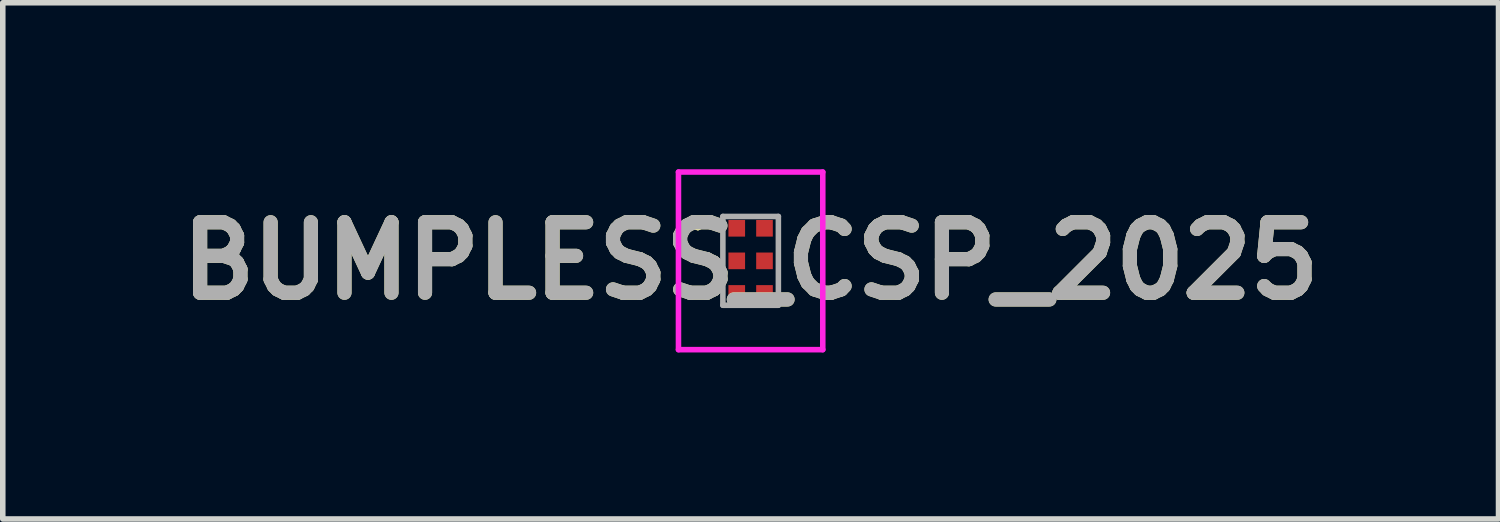
<source format=kicad_pcb>
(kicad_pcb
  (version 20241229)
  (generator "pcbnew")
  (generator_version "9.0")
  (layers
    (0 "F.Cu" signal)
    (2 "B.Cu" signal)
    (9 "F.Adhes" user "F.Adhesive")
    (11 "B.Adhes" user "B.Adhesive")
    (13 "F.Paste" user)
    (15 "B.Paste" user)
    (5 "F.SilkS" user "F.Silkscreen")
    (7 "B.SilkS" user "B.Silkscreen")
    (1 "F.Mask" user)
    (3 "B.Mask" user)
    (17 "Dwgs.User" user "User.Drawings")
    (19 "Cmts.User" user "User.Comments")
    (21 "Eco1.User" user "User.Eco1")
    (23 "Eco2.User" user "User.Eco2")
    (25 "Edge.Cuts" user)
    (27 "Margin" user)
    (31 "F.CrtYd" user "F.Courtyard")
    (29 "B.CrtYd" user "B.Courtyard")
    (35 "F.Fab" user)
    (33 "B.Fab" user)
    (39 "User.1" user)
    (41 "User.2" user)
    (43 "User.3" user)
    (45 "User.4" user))
  (footprint "BUMPLESS_CSP_2025"
    (layer "F.Cu")
    (at 10.474 1.65)
    (property "Reference" "BUMPLESS_CSP_2025" (at 0 0 0) (layer "F.SilkS") (effects (font (size 1.27 1.27) (thickness 0.254))))
    (attr smd)
    (fp_line (start -0.95 -0.7) (end -0.95 -0.7) (stroke (width 0.1) (type solid)) (layer "F.SilkS"))
    (fp_line (start -0.95 -0.6) (end -0.95 -0.6) (stroke (width 0.1) (type solid)) (layer "F.SilkS"))
    (fp_arc (start -0.95 -0.7) (mid -0.9 -0.65) (end -0.95 -0.6) (stroke (width 0.1) (type solid)) (layer "F.SilkS"))
    (fp_arc (start -0.95 -0.6) (mid -1 -0.65) (end -0.95 -0.7) (stroke (width 0.1) (type solid)) (layer "F.SilkS"))
    (fp_line (start -1.3 -1.6) (end 1.3 -1.6) (stroke (width 0.1) (type solid)) (layer "F.CrtYd"))
    (fp_line (start -1.3 1.6) (end -1.3 -1.6) (stroke (width 0.1) (type solid)) (layer "F.CrtYd"))
    (fp_line (start 1.3 -1.6) (end 1.3 1.6) (stroke (width 0.1) (type solid)) (layer "F.CrtYd"))
    (fp_line (start 1.3 1.6) (end -1.3 1.6) (stroke (width 0.1) (type solid)) (layer "F.CrtYd"))
    (fp_line (start -0.5 -0.8) (end 0.5 -0.8) (stroke (width 0.1) (type solid)) (layer "F.Fab"))
    (fp_line (start -0.5 0.8) (end -0.5 -0.8) (stroke (width 0.1) (type solid)) (layer "F.Fab"))
    (fp_line (start 0.5 -0.8) (end 0.5 0.8) (stroke (width 0.1) (type solid)) (layer "F.Fab"))
    (fp_line (start 0.5 0.8) (end -0.5 0.8) (stroke (width 0.1) (type solid)) (layer "F.Fab"))
    (fp_text user "${REFERENCE}" (at 0 0 0) (layer "F.Fab") (effects (font (size 1.27 1.27) (thickness 0.254))))
    (pad "A1" smd rect (at -0.25 -0.587 90) (size 0.3 0.3) (layers "F.Cu" "F.Mask" "F.Paste"))
    (pad "A2" smd rect (at -0.25 0 90) (size 0.3 0.3) (layers "F.Cu" "F.Mask" "F.Paste"))
    (pad "A3" smd rect (at -0.25 0.587 90) (size 0.3 0.3) (layers "F.Cu" "F.Mask" "F.Paste"))
    (pad "B1" smd rect (at 0.25 -0.587 90) (size 0.3 0.3) (layers "F.Cu" "F.Mask" "F.Paste"))
    (pad "B2" smd rect (at 0.25 0 90) (size 0.3 0.3) (layers "F.Cu" "F.Mask" "F.Paste"))
    (pad "B3" smd rect (at 0.25 0.587 90) (size 0.3 0.3) (layers "F.Cu" "F.Mask" "F.Paste")))
  (gr_rect
    (start -3 -3)
    (end 23.949 6.3)
    (stroke (width 0.1) (type default))
    (fill no)
    (layer "Edge.Cuts")))
</source>
